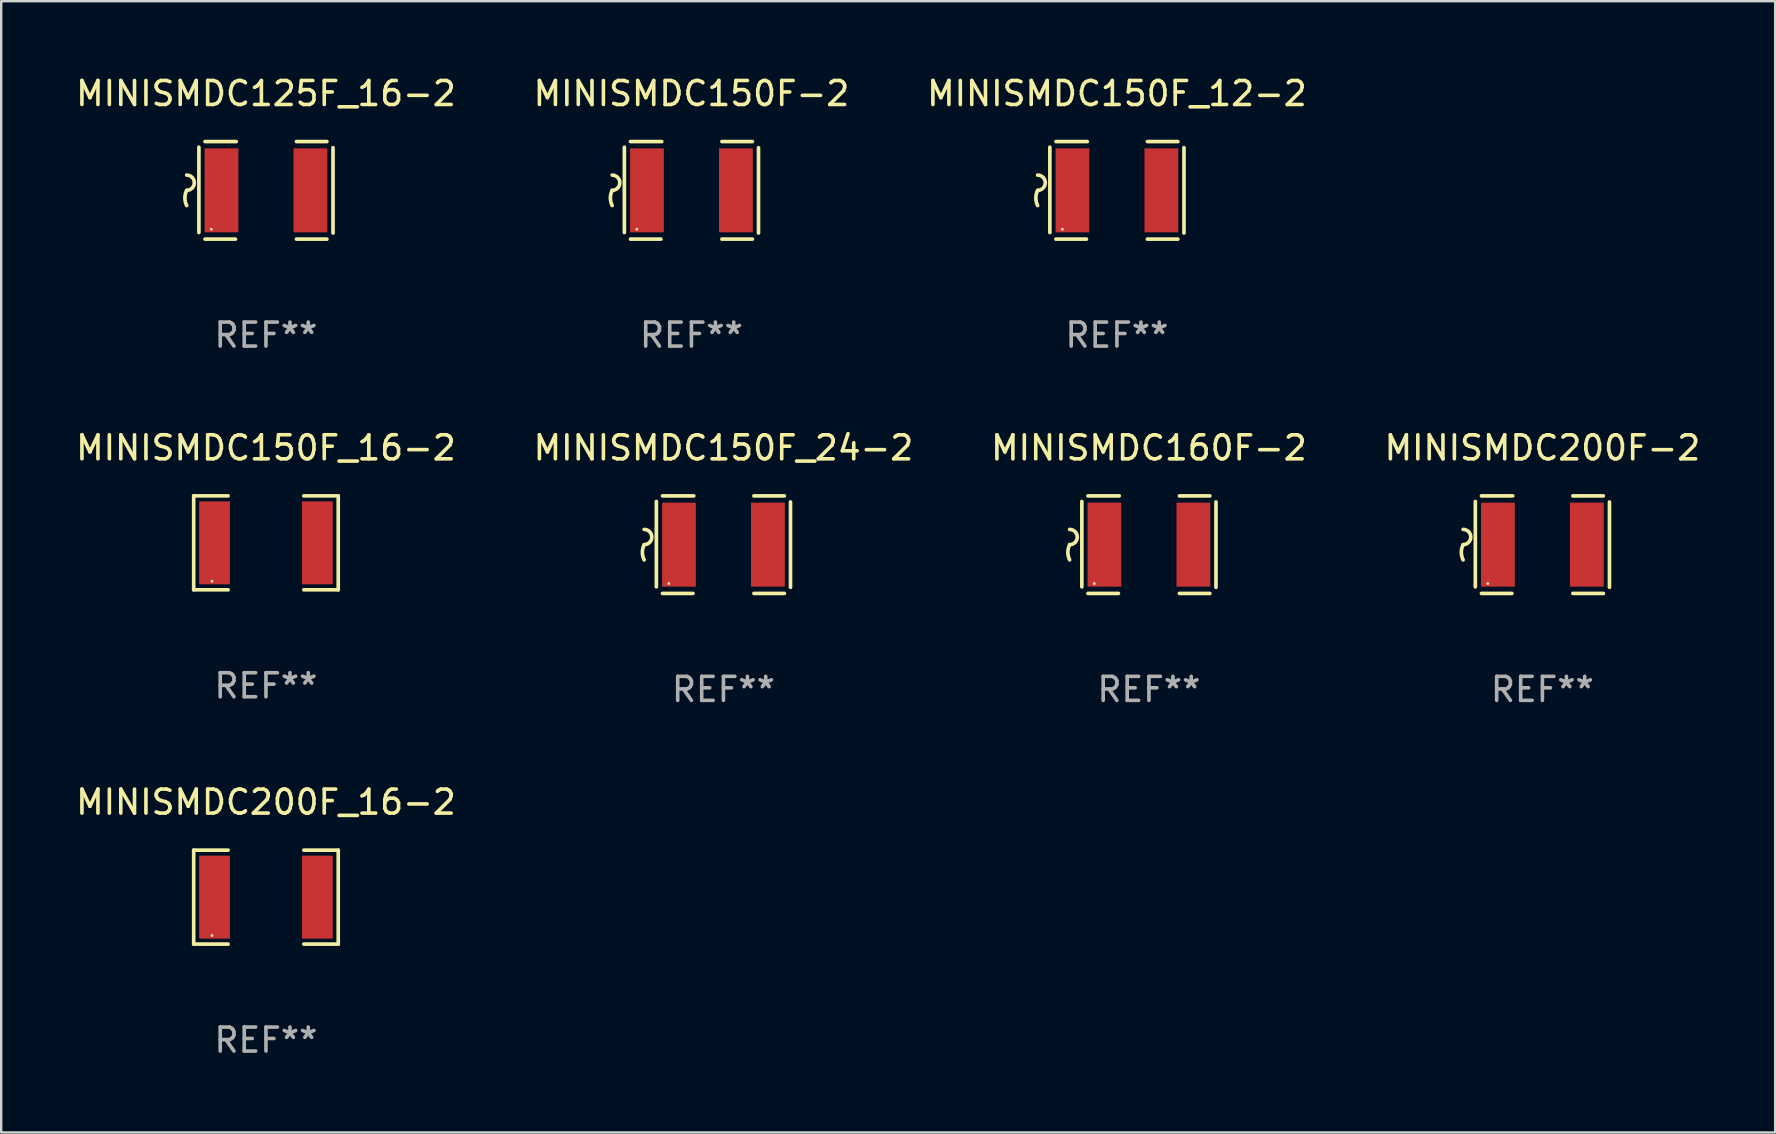
<source format=kicad_pcb>
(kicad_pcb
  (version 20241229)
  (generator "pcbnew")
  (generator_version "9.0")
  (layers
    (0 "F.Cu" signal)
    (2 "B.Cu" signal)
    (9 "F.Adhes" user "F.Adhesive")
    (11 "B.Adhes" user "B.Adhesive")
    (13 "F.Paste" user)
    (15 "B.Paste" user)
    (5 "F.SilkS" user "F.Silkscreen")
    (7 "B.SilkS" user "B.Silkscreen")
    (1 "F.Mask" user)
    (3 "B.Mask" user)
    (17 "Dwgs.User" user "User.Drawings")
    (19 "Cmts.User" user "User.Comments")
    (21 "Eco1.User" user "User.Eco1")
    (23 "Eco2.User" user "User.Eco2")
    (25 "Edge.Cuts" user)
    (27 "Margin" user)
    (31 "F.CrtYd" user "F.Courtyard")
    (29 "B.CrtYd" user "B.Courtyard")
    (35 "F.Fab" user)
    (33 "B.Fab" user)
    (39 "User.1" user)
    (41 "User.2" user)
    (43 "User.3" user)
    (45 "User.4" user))
  (footprint "MINISMDC150F-2"
    (layer "F.Cu")
    (at 25.756 4.88)
    (property "Reference" "MINISMDC150F-2" (at 0 -4.032 0) (layer "F.SilkS") (effects (font (size 1 1) (thickness 0.15))))
    (attr through_hole)
    (fp_line (start -2.794 -1.798) (end -2.794 1.758) (stroke (width 0.152) (type solid)) (layer "F.SilkS"))
    (fp_line (start -2.54 -2.032) (end -1.235 -2.032) (stroke (width 0.152) (type solid)) (layer "F.SilkS"))
    (fp_line (start -1.27 2.032) (end -2.54 2.032) (stroke (width 0.152) (type solid)) (layer "F.SilkS"))
    (fp_line (start 1.27 2.032) (end 2.54 2.032) (stroke (width 0.152) (type solid)) (layer "F.SilkS"))
    (fp_line (start 2.54 -2.032) (end 1.27 -2.032) (stroke (width 0.152) (type solid)) (layer "F.SilkS"))
    (fp_line (start 2.794 -1.778) (end 2.794 1.778) (stroke (width 0.152) (type solid)) (layer "F.SilkS"))
    (fp_arc (start -3.302007 -0.635002) (mid -2.984506 -0.317501) (end -3.302007 0) (stroke (width 0.151994) (type solid)) (layer "F.SilkS"))
    (fp_arc (start -3.302007 0.635002) (mid -3.376959 0.317501) (end -3.302007 0) (stroke (width 0.151994) (type solid)) (layer "F.SilkS"))
    (fp_circle (center -2.275 1.62) (end -2.245 1.62) (stroke (width 0.06) (type solid)) (fill no) (layer "F.SilkS"))
    (fp_text user "REF**" (at 0 6.032 0) (layer "F.Fab") (effects (font (size 1 1) (thickness 0.15))))
    (pad "1" smd rect (at -1.853 0) (size 1.407 3.499) (layers "F.Cu" "F.Mask" "F.Paste"))
    (pad "2" smd rect (at 1.853 0) (size 1.407 3.499) (layers "F.Cu" "F.Mask" "F.Paste")))
  (footprint "MINISMDC200F-2"
    (layer "F.Cu")
    (at 61.208 19.641)
    (property "Reference" "MINISMDC200F-2" (at 0 -4.032 0) (layer "F.SilkS") (effects (font (size 1 1) (thickness 0.15))))
    (attr through_hole)
    (fp_line (start -2.794 -1.798) (end -2.794 1.758) (stroke (width 0.152) (type solid)) (layer "F.SilkS"))
    (fp_line (start -2.54 -2.032) (end -1.235 -2.032) (stroke (width 0.152) (type solid)) (layer "F.SilkS"))
    (fp_line (start -1.27 2.032) (end -2.54 2.032) (stroke (width 0.152) (type solid)) (layer "F.SilkS"))
    (fp_line (start 1.27 2.032) (end 2.54 2.032) (stroke (width 0.152) (type solid)) (layer "F.SilkS"))
    (fp_line (start 2.54 -2.032) (end 1.27 -2.032) (stroke (width 0.152) (type solid)) (layer "F.SilkS"))
    (fp_line (start 2.794 -1.778) (end 2.794 1.778) (stroke (width 0.152) (type solid)) (layer "F.SilkS"))
    (fp_arc (start -3.302007 -0.635002) (mid -2.984506 -0.317501) (end -3.302007 0) (stroke (width 0.151994) (type solid)) (layer "F.SilkS"))
    (fp_arc (start -3.302007 0.635002) (mid -3.376959 0.317501) (end -3.302007 0) (stroke (width 0.151994) (type solid)) (layer "F.SilkS"))
    (fp_circle (center -2.275 1.62) (end -2.245 1.62) (stroke (width 0.06) (type solid)) (fill no) (layer "F.SilkS"))
    (fp_text user "REF**" (at 0 6.032 0) (layer "F.Fab") (effects (font (size 1 1) (thickness 0.15))))
    (pad "1" smd rect (at -1.853 0) (size 1.407 3.499) (layers "F.Cu" "F.Mask" "F.Paste"))
    (pad "2" smd rect (at 1.853 0) (size 1.407 3.499) (layers "F.Cu" "F.Mask" "F.Paste")))
  (footprint "MINISMDC150F_12-2"
    (layer "F.Cu")
    (at 43.482 4.88)
    (property "Reference" "MINISMDC150F_12-2" (at 0 -4.032 0) (layer "F.SilkS") (effects (font (size 1 1) (thickness 0.15))))
    (attr through_hole)
    (fp_line (start -2.794 -1.798) (end -2.794 1.758) (stroke (width 0.152) (type solid)) (layer "F.SilkS"))
    (fp_line (start -2.54 -2.032) (end -1.235 -2.032) (stroke (width 0.152) (type solid)) (layer "F.SilkS"))
    (fp_line (start -1.27 2.032) (end -2.54 2.032) (stroke (width 0.152) (type solid)) (layer "F.SilkS"))
    (fp_line (start 1.27 2.032) (end 2.54 2.032) (stroke (width 0.152) (type solid)) (layer "F.SilkS"))
    (fp_line (start 2.54 -2.032) (end 1.27 -2.032) (stroke (width 0.152) (type solid)) (layer "F.SilkS"))
    (fp_line (start 2.794 -1.778) (end 2.794 1.778) (stroke (width 0.152) (type solid)) (layer "F.SilkS"))
    (fp_arc (start -3.302007 -0.635002) (mid -2.984506 -0.317501) (end -3.302007 0) (stroke (width 0.151994) (type solid)) (layer "F.SilkS"))
    (fp_arc (start -3.302007 0.635002) (mid -3.376959 0.317501) (end -3.302007 0) (stroke (width 0.151994) (type solid)) (layer "F.SilkS"))
    (fp_circle (center -2.275 1.62) (end -2.245 1.62) (stroke (width 0.06) (type solid)) (fill no) (layer "F.SilkS"))
    (fp_text user "REF**" (at 0 6.032 0) (layer "F.Fab") (effects (font (size 1 1) (thickness 0.15))))
    (pad "1" smd rect (at -1.853 0) (size 1.407 3.499) (layers "F.Cu" "F.Mask" "F.Paste"))
    (pad "2" smd rect (at 1.853 0) (size 1.407 3.499) (layers "F.Cu" "F.Mask" "F.Paste")))
  (footprint "MINISMDC125F_16-2"
    (layer "F.Cu")
    (at 8.03 4.88)
    (property "Reference" "MINISMDC125F_16-2" (at 0 -4.032 0) (layer "F.SilkS") (effects (font (size 1 1) (thickness 0.15))))
    (attr through_hole)
    (fp_line (start -2.794 -1.798) (end -2.794 1.758) (stroke (width 0.152) (type solid)) (layer "F.SilkS"))
    (fp_line (start -2.54 -2.032) (end -1.235 -2.032) (stroke (width 0.152) (type solid)) (layer "F.SilkS"))
    (fp_line (start -1.27 2.032) (end -2.54 2.032) (stroke (width 0.152) (type solid)) (layer "F.SilkS"))
    (fp_line (start 1.27 2.032) (end 2.54 2.032) (stroke (width 0.152) (type solid)) (layer "F.SilkS"))
    (fp_line (start 2.54 -2.032) (end 1.27 -2.032) (stroke (width 0.152) (type solid)) (layer "F.SilkS"))
    (fp_line (start 2.794 -1.778) (end 2.794 1.778) (stroke (width 0.152) (type solid)) (layer "F.SilkS"))
    (fp_arc (start -3.302007 -0.635002) (mid -2.984506 -0.317501) (end -3.302007 0) (stroke (width 0.151994) (type solid)) (layer "F.SilkS"))
    (fp_arc (start -3.302007 0.635002) (mid -3.376959 0.317501) (end -3.302007 0) (stroke (width 0.151994) (type solid)) (layer "F.SilkS"))
    (fp_circle (center -2.275 1.62) (end -2.245 1.62) (stroke (width 0.06) (type solid)) (fill no) (layer "F.SilkS"))
    (fp_text user "REF**" (at 0 6.032 0) (layer "F.Fab") (effects (font (size 1 1) (thickness 0.15))))
    (pad "1" smd rect (at -1.853 0) (size 1.407 3.499) (layers "F.Cu" "F.Mask" "F.Paste"))
    (pad "2" smd rect (at 1.853 0) (size 1.407 3.499) (layers "F.Cu" "F.Mask" "F.Paste")))
  (footprint "MINISMDC150F_24-2"
    (layer "F.Cu")
    (at 27.089 19.641)
    (property "Reference" "MINISMDC150F_24-2" (at 0 -4.032 0) (layer "F.SilkS") (effects (font (size 1 1) (thickness 0.15))))
    (attr through_hole)
    (fp_line (start -2.794 -1.798) (end -2.794 1.758) (stroke (width 0.152) (type solid)) (layer "F.SilkS"))
    (fp_line (start -2.54 -2.032) (end -1.235 -2.032) (stroke (width 0.152) (type solid)) (layer "F.SilkS"))
    (fp_line (start -1.27 2.032) (end -2.54 2.032) (stroke (width 0.152) (type solid)) (layer "F.SilkS"))
    (fp_line (start 1.27 2.032) (end 2.54 2.032) (stroke (width 0.152) (type solid)) (layer "F.SilkS"))
    (fp_line (start 2.54 -2.032) (end 1.27 -2.032) (stroke (width 0.152) (type solid)) (layer "F.SilkS"))
    (fp_line (start 2.794 -1.778) (end 2.794 1.778) (stroke (width 0.152) (type solid)) (layer "F.SilkS"))
    (fp_arc (start -3.302007 -0.635002) (mid -2.984506 -0.317501) (end -3.302007 0) (stroke (width 0.151994) (type solid)) (layer "F.SilkS"))
    (fp_arc (start -3.302007 0.635002) (mid -3.376959 0.317501) (end -3.302007 0) (stroke (width 0.151994) (type solid)) (layer "F.SilkS"))
    (fp_circle (center -2.275 1.62) (end -2.245 1.62) (stroke (width 0.06) (type solid)) (fill no) (layer "F.SilkS"))
    (fp_text user "REF**" (at 0 6.032 0) (layer "F.Fab") (effects (font (size 1 1) (thickness 0.15))))
    (pad "1" smd rect (at -1.853 0) (size 1.407 3.499) (layers "F.Cu" "F.Mask" "F.Paste"))
    (pad "2" smd rect (at 1.853 0) (size 1.407 3.499) (layers "F.Cu" "F.Mask" "F.Paste")))
  (footprint "MINISMDC150F_16-2"
    (layer "F.Cu")
    (at 8.03 19.565)
    (property "Reference" "MINISMDC150F_16-2" (at 0 -3.957 0) (layer "F.SilkS") (effects (font (size 1 1) (thickness 0.15))))
    (attr through_hole)
    (fp_line (start -3.011 -1.957) (end -1.576 -1.957) (stroke (width 0.152) (type solid)) (layer "F.SilkS"))
    (fp_line (start -3.011 1.957) (end -3.011 -1.957) (stroke (width 0.152) (type solid)) (layer "F.SilkS"))
    (fp_line (start -1.576 1.957) (end -3.011 1.957) (stroke (width 0.152) (type solid)) (layer "F.SilkS"))
    (fp_line (start 1.576 1.957) (end 3.011 1.957) (stroke (width 0.152) (type solid)) (layer "F.SilkS"))
    (fp_line (start 3.011 -1.957) (end 1.576 -1.957) (stroke (width 0.152) (type solid)) (layer "F.SilkS"))
    (fp_line (start 3.011 1.957) (end 3.011 -1.957) (stroke (width 0.152) (type solid)) (layer "F.SilkS"))
    (fp_circle (center -2.25 1.6) (end -2.22 1.6) (stroke (width 0.06) (type solid)) (fill no) (layer "F.SilkS"))
    (fp_text user "REF**" (at 0 5.957 0) (layer "F.Fab") (effects (font (size 1 1) (thickness 0.15))))
    (pad "1" smd rect (at -2.141 0) (size 1.283 3.456) (layers "F.Cu" "F.Mask" "F.Paste"))
    (pad "2" smd rect (at 2.141 0) (size 1.283 3.456) (layers "F.Cu" "F.Mask" "F.Paste")))
  (footprint "MINISMDC200F_16-2"
    (layer "F.Cu")
    (at 8.03 34.326)
    (property "Reference" "MINISMDC200F_16-2" (at 0 -3.957 0) (layer "F.SilkS") (effects (font (size 1 1) (thickness 0.15))))
    (attr through_hole)
    (fp_line (start -3.011 -1.957) (end -1.576 -1.957) (stroke (width 0.152) (type solid)) (layer "F.SilkS"))
    (fp_line (start -3.011 1.957) (end -3.011 -1.957) (stroke (width 0.152) (type solid)) (layer "F.SilkS"))
    (fp_line (start -1.576 1.957) (end -3.011 1.957) (stroke (width 0.152) (type solid)) (layer "F.SilkS"))
    (fp_line (start 1.576 1.957) (end 3.011 1.957) (stroke (width 0.152) (type solid)) (layer "F.SilkS"))
    (fp_line (start 3.011 -1.957) (end 1.576 -1.957) (stroke (width 0.152) (type solid)) (layer "F.SilkS"))
    (fp_line (start 3.011 1.957) (end 3.011 -1.957) (stroke (width 0.152) (type solid)) (layer "F.SilkS"))
    (fp_circle (center -2.25 1.6) (end -2.22 1.6) (stroke (width 0.06) (type solid)) (fill no) (layer "F.SilkS"))
    (fp_text user "REF**" (at 0 5.957 0) (layer "F.Fab") (effects (font (size 1 1) (thickness 0.15))))
    (pad "1" smd rect (at -2.141 0) (size 1.283 3.456) (layers "F.Cu" "F.Mask" "F.Paste"))
    (pad "2" smd rect (at 2.141 0) (size 1.283 3.456) (layers "F.Cu" "F.Mask" "F.Paste")))
  (footprint "MINISMDC160F-2"
    (layer "F.Cu")
    (at 44.815 19.641)
    (property "Reference" "MINISMDC160F-2" (at 0 -4.032 0) (layer "F.SilkS") (effects (font (size 1 1) (thickness 0.15))))
    (attr through_hole)
    (fp_line (start -2.794 -1.798) (end -2.794 1.758) (stroke (width 0.152) (type solid)) (layer "F.SilkS"))
    (fp_line (start -2.54 -2.032) (end -1.235 -2.032) (stroke (width 0.152) (type solid)) (layer "F.SilkS"))
    (fp_line (start -1.27 2.032) (end -2.54 2.032) (stroke (width 0.152) (type solid)) (layer "F.SilkS"))
    (fp_line (start 1.27 2.032) (end 2.54 2.032) (stroke (width 0.152) (type solid)) (layer "F.SilkS"))
    (fp_line (start 2.54 -2.032) (end 1.27 -2.032) (stroke (width 0.152) (type solid)) (layer "F.SilkS"))
    (fp_line (start 2.794 -1.778) (end 2.794 1.778) (stroke (width 0.152) (type solid)) (layer "F.SilkS"))
    (fp_arc (start -3.302007 -0.635002) (mid -2.984506 -0.317501) (end -3.302007 0) (stroke (width 0.151994) (type solid)) (layer "F.SilkS"))
    (fp_arc (start -3.302007 0.635002) (mid -3.376959 0.317501) (end -3.302007 0) (stroke (width 0.151994) (type solid)) (layer "F.SilkS"))
    (fp_circle (center -2.275 1.62) (end -2.245 1.62) (stroke (width 0.06) (type solid)) (fill no) (layer "F.SilkS"))
    (fp_text user "REF**" (at 0 6.032 0) (layer "F.Fab") (effects (font (size 1 1) (thickness 0.15))))
    (pad "1" smd rect (at -1.853 0) (size 1.407 3.499) (layers "F.Cu" "F.Mask" "F.Paste"))
    (pad "2" smd rect (at 1.853 0) (size 1.407 3.499) (layers "F.Cu" "F.Mask" "F.Paste")))
  (gr_rect
    (start -3 -3)
    (end 70.905 44.131)
    (stroke (width 0.1) (type default))
    (fill no)
    (layer "Edge.Cuts")))
</source>
